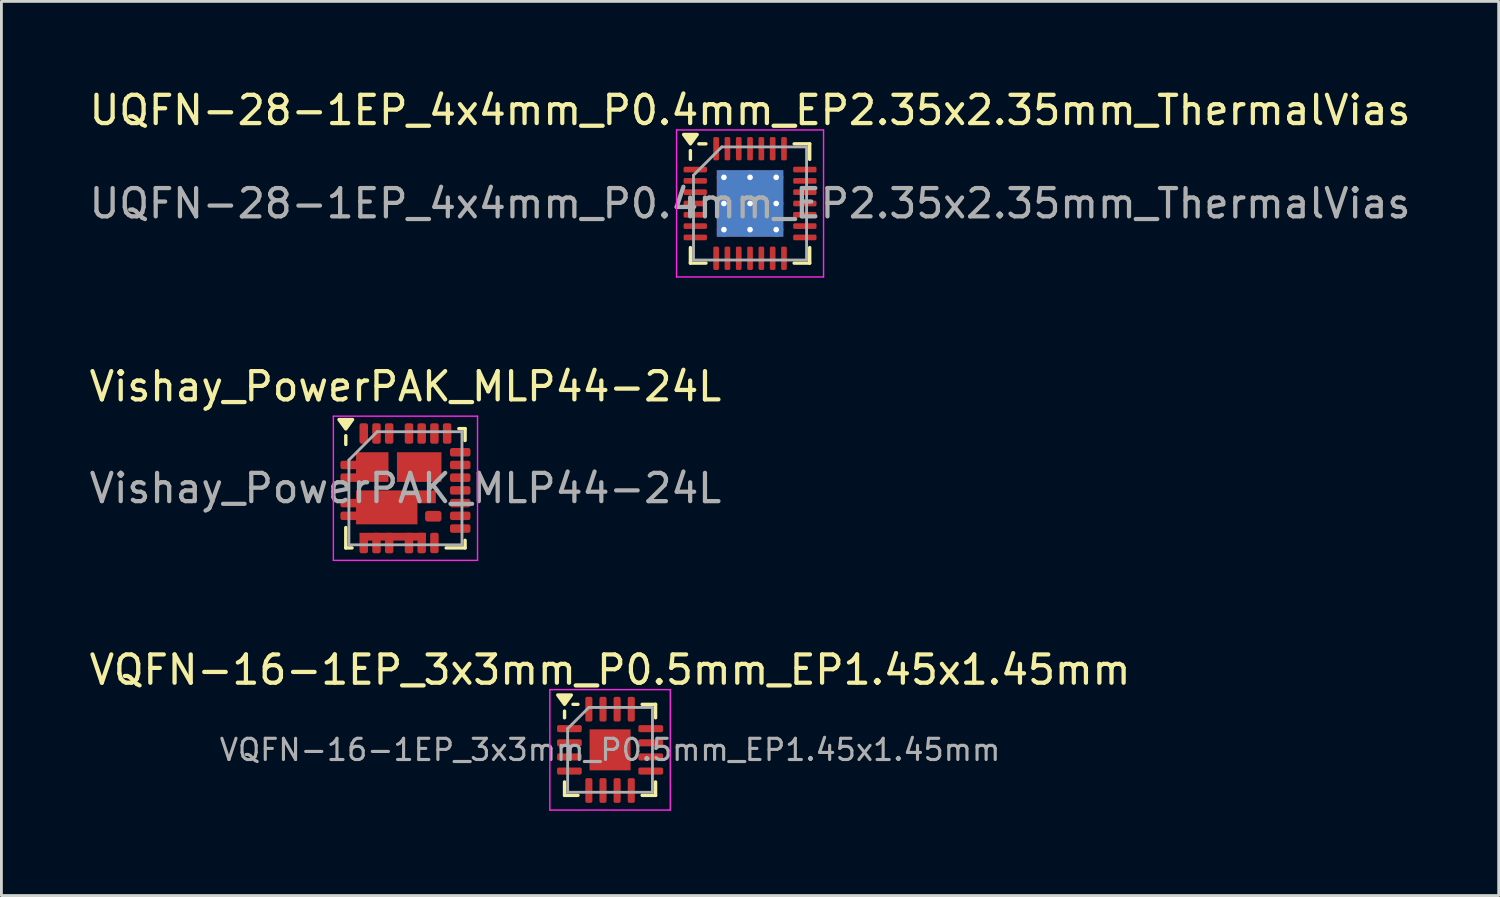
<source format=kicad_pcb>
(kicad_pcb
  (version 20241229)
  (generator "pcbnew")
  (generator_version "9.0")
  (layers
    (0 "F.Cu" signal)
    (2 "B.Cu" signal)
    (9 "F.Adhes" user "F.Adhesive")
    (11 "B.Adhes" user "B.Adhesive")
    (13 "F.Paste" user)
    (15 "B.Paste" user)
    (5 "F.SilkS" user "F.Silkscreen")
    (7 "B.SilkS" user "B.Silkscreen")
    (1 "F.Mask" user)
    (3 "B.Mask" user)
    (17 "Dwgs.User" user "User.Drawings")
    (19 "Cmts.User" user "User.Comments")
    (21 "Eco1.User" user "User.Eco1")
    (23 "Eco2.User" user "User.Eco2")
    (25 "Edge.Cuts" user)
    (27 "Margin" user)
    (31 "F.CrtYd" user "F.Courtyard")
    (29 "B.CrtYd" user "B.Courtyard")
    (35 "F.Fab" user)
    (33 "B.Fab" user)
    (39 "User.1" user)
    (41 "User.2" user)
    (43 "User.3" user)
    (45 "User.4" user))
  (footprint "Vishay_PowerPAK_MLP44-24L"
    (layer "F.Cu")
    (at 11.292 14.222)
    (property "Reference" "Vishay_PowerPAK_MLP44-24L" (at 0 -3.6 0) (layer "F.SilkS") (effects (font (size 1 1) (thickness 0.15))))
    (attr smd)
    (fp_line (start -2.11 -1.55) (end -2.11 -1.86) (stroke (width 0.12) (type solid)) (layer "F.SilkS"))
    (fp_line (start -2.11 2.11) (end -2.11 1.39) (stroke (width 0.12) (type solid)) (layer "F.SilkS"))
    (fp_line (start -1.89 2.11) (end -2.11 2.11) (stroke (width 0.12) (type solid)) (layer "F.SilkS"))
    (fp_line (start 1.44 2.11) (end 2.11 2.11) (stroke (width 0.12) (type solid)) (layer "F.SilkS"))
    (fp_line (start 1.89 -2.11) (end 2.11 -2.11) (stroke (width 0.12) (type solid)) (layer "F.SilkS"))
    (fp_line (start 2.11 -2.11) (end 2.11 -1.69) (stroke (width 0.12) (type solid)) (layer "F.SilkS"))
    (fp_line (start 2.11 2.11) (end 2.11 1.84) (stroke (width 0.12) (type solid)) (layer "F.SilkS"))
    (fp_poly (pts (xy -2.11 -2.1) (xy -2.35 -2.43) (xy -1.87 -2.43) (xy -2.11 -2.1)) (stroke (width 0.12) (type solid)) (fill yes) (layer "F.SilkS"))
    (fp_line (start -2.55 -2.55) (end 2.55 -2.55) (stroke (width 0.05) (type solid)) (layer "F.CrtYd"))
    (fp_line (start -2.55 2.55) (end -2.55 -2.55) (stroke (width 0.05) (type solid)) (layer "F.CrtYd"))
    (fp_line (start 2.55 -2.55) (end 2.55 2.55) (stroke (width 0.05) (type solid)) (layer "F.CrtYd"))
    (fp_line (start 2.55 2.55) (end -2.55 2.55) (stroke (width 0.05) (type solid)) (layer "F.CrtYd"))
    (fp_line (start -2 -1) (end -2 2) (stroke (width 0.1) (type solid)) (layer "F.Fab"))
    (fp_line (start -2 2) (end 2 2) (stroke (width 0.1) (type solid)) (layer "F.Fab"))
    (fp_line (start -1 -2) (end -2 -1) (stroke (width 0.1) (type solid)) (layer "F.Fab"))
    (fp_line (start 2 -2) (end -1 -2) (stroke (width 0.1) (type solid)) (layer "F.Fab"))
    (fp_line (start 2 2) (end 2 -2) (stroke (width 0.1) (type solid)) (layer "F.Fab"))
    (fp_text user "${REFERENCE}" (at 0 0 0) (layer "F.Fab") (effects (font (size 1 1) (thickness 0.15))))
    (pad "1" smd roundrect (at -1.938 -0.825 90) (size 0.3 0.725) (layers "F.Cu" "F.Mask" "F.Paste") (roundrect_rratio 0.25))
    (pad "2" smd roundrect (at -1.938 -0.375 90) (size 0.3 0.725) (layers "F.Cu" "F.Mask" "F.Paste") (roundrect_rratio 0.25))
    (pad "3" smd roundrect (at -1.938 0.525 90) (size 0.3 0.725) (layers "F.Cu" "F.Mask" "F.Paste") (roundrect_rratio 0.25))
    (pad "4" smd roundrect (at -1.938 0.975 90) (size 0.3 0.725) (layers "F.Cu" "F.Mask" "F.Paste") (roundrect_rratio 0.25))
    (pad "5" smd custom (at -1.475 1.938) (size 0.3 0.725) (layers "F.Cu" "F.Mask" "F.Paste") (options (anchor circle)) (primitives (gr_poly (pts (xy -0.15 -0.287) (xy -0.144 -0.316) (xy -0.128 -0.341) (xy -0.104 -0.357) (xy -0.075 -0.362) (xy 0.075 -0.362) (xy 0.104 -0.357) (xy 0.128 -0.341) (xy 0.144 -0.316) (xy 0.15 -0.287) (xy 0.15 0.287) (xy 0.144 0.316) (xy 0.128 0.341) (xy 0.104 0.357) (xy 0.075 0.362) (xy -0.075 0.362) (xy -0.104 0.357) (xy -0.128 0.341) (xy -0.144 0.316) (xy -0.15 0.287)) (width 0) (fill yes)) (gr_poly (pts (xy -0.15 -0.362) (xy 2.2 -0.362) (xy 2.2 -0.087) (xy -0.15 -0.087)) (width 0) (fill yes))))
    (pad "6" smd roundrect (at -1.025 1.938) (size 0.3 0.725) (layers "F.Cu" "F.Mask" "F.Paste") (roundrect_rratio 0.25))
    (pad "7" smd roundrect (at -0.575 1.938) (size 0.3 0.725) (layers "F.Cu" "F.Mask" "F.Paste") (roundrect_rratio 0.25))
    (pad "8" smd roundrect (at 0.125 1.938) (size 0.3 0.725) (layers "F.Cu" "F.Mask" "F.Paste") (roundrect_rratio 0.25))
    (pad "9" smd roundrect (at 0.575 1.938) (size 0.3 0.725) (layers "F.Cu" "F.Mask" "F.Paste") (roundrect_rratio 0.25))
    (pad "10" smd roundrect (at 1.025 1.935) (size 0.3 0.725) (layers "F.Cu" "F.Mask" "F.Paste") (roundrect_rratio 0.25))
    (pad "11" smd roundrect (at 1.938 1.425 90) (size 0.3 0.725) (layers "F.Cu" "F.Mask" "F.Paste") (roundrect_rratio 0.25))
    (pad "12" smd roundrect (at 1.938 0.975 90) (size 0.3 0.725) (layers "F.Cu" "F.Mask" "F.Paste") (roundrect_rratio 0.25))
    (pad "13" smd roundrect (at 1.938 0.525 90) (size 0.3 0.725) (layers "F.Cu" "F.Mask" "F.Paste") (roundrect_rratio 0.25))
    (pad "14" smd roundrect (at 1.938 0.075 90) (size 0.3 0.725) (layers "F.Cu" "F.Mask" "F.Paste") (roundrect_rratio 0.25))
    (pad "15" smd roundrect (at 1.938 -0.375 90) (size 0.3 0.725) (layers "F.Cu" "F.Mask" "F.Paste") (roundrect_rratio 0.25))
    (pad "16" smd roundrect (at 1.938 -0.825 90) (size 0.3 0.725) (layers "F.Cu" "F.Mask" "F.Paste") (roundrect_rratio 0.25))
    (pad "17" smd roundrect (at 1.938 -1.275 90) (size 0.3 0.725) (layers "F.Cu" "F.Mask" "F.Paste") (roundrect_rratio 0.25))
    (pad "18" smd roundrect (at 1.475 -1.938) (size 0.3 0.725) (layers "F.Cu" "F.Mask" "F.Paste") (roundrect_rratio 0.25))
    (pad "19" smd roundrect (at 1.025 -1.938) (size 0.3 0.725) (layers "F.Cu" "F.Mask" "F.Paste") (roundrect_rratio 0.25))
    (pad "20" smd roundrect (at 0.575 -1.938) (size 0.3 0.725) (layers "F.Cu" "F.Mask" "F.Paste") (roundrect_rratio 0.25))
    (pad "21" smd roundrect (at 0.125 -1.938) (size 0.3 0.725) (layers "F.Cu" "F.Mask" "F.Paste") (roundrect_rratio 0.25))
    (pad "22" smd roundrect (at -0.575 -1.938) (size 0.3 0.725) (layers "F.Cu" "F.Mask" "F.Paste") (roundrect_rratio 0.25))
    (pad "23" smd roundrect (at -1.025 -1.938) (size 0.3 0.725) (layers "F.Cu" "F.Mask" "F.Paste") (roundrect_rratio 0.25))
    (pad "24" smd roundrect (at -1.475 -1.938) (size 0.3 0.725) (layers "F.Cu" "F.Mask" "F.Paste") (roundrect_rratio 0.25))
    (pad "25" smd rect (at 0.487 -0.75 180) (size 1.575 1.05) (layers "F.Cu" "F.Mask" "F.Paste"))
    (pad "26" smd rect (at -1.175 -0.75 180) (size 1.15 1.05) (layers "F.Cu" "F.Mask" "F.Paste"))
    (pad "27" smd custom (at -0.75 0.775) (size 1 1) (layers "F.Cu" "F.Mask" "F.Paste") (options (anchor rect)) (primitives (gr_poly (pts (xy -1 0.5) (xy -1 -0.7) (xy 1.825 -0.7) (xy 1.825 -0.245) (xy 1.175 -0.245) (xy 1.175 0.5)) (width 0) (fill yes))))
    (pad "28" smd roundrect (at 0.985 0.99 180) (size 0.58 0.38) (layers "F.Cu" "F.Mask" "F.Paste") (roundrect_rratio 0.25)))
  (footprint "UQFN-28-1EP_4x4mm_P0.4mm_EP2.35x2.35mm_ThermalVias"
    (layer "F.Cu")
    (at 23.482 4.148)
    (property "Reference" "UQFN-28-1EP_4x4mm_P0.4mm_EP2.35x2.35mm_ThermalVias" (at 0 -3.3 0) (layer "F.SilkS") (effects (font (size 1 1) (thickness 0.15))))
    (attr smd)
    (fp_line (start -2.11 -1.56) (end -2.11 -1.87) (stroke (width 0.12) (type solid)) (layer "F.SilkS"))
    (fp_line (start -2.11 2.11) (end -2.11 1.56) (stroke (width 0.12) (type solid)) (layer "F.SilkS"))
    (fp_line (start -1.56 -2.11) (end -1.81 -2.11) (stroke (width 0.12) (type solid)) (layer "F.SilkS"))
    (fp_line (start -1.56 2.11) (end -2.11 2.11) (stroke (width 0.12) (type solid)) (layer "F.SilkS"))
    (fp_line (start 1.56 -2.11) (end 2.11 -2.11) (stroke (width 0.12) (type solid)) (layer "F.SilkS"))
    (fp_line (start 1.56 2.11) (end 2.11 2.11) (stroke (width 0.12) (type solid)) (layer "F.SilkS"))
    (fp_line (start 2.11 -2.11) (end 2.11 -1.56) (stroke (width 0.12) (type solid)) (layer "F.SilkS"))
    (fp_line (start 2.11 2.11) (end 2.11 1.56) (stroke (width 0.12) (type solid)) (layer "F.SilkS"))
    (fp_poly (pts (xy -2.11 -2.11) (xy -2.35 -2.44) (xy -1.87 -2.44) (xy -2.11 -2.11)) (stroke (width 0.12) (type solid)) (fill yes) (layer "F.SilkS"))
    (fp_line (start -2.6 -2.6) (end -2.6 2.6) (stroke (width 0.05) (type solid)) (layer "F.CrtYd"))
    (fp_line (start -2.6 2.6) (end 2.6 2.6) (stroke (width 0.05) (type solid)) (layer "F.CrtYd"))
    (fp_line (start 2.6 -2.6) (end -2.6 -2.6) (stroke (width 0.05) (type solid)) (layer "F.CrtYd"))
    (fp_line (start 2.6 2.6) (end 2.6 -2.6) (stroke (width 0.05) (type solid)) (layer "F.CrtYd"))
    (fp_line (start -2 -1) (end -1 -2) (stroke (width 0.1) (type solid)) (layer "F.Fab"))
    (fp_line (start -2 2) (end -2 -1) (stroke (width 0.1) (type solid)) (layer "F.Fab"))
    (fp_line (start -1 -2) (end 2 -2) (stroke (width 0.1) (type solid)) (layer "F.Fab"))
    (fp_line (start 2 -2) (end 2 2) (stroke (width 0.1) (type solid)) (layer "F.Fab"))
    (fp_line (start 2 2) (end -2 2) (stroke (width 0.1) (type solid)) (layer "F.Fab"))
    (fp_text user "${REFERENCE}" (at 0 0 0) (layer "F.Fab") (effects (font (size 1 1) (thickness 0.15))))
    (pad "" smd roundrect (at -0.59 -0.59) (size 0.98 0.98) (layers "F.Paste") (roundrect_rratio 0.25))
    (pad "" smd roundrect (at -0.59 0.59) (size 0.98 0.98) (layers "F.Paste") (roundrect_rratio 0.25))
    (pad "" smd roundrect (at 0.59 -0.59) (size 0.98 0.98) (layers "F.Paste") (roundrect_rratio 0.25))
    (pad "" smd roundrect (at 0.59 0.59) (size 0.98 0.98) (layers "F.Paste") (roundrect_rratio 0.25))
    (pad "1" smd roundrect (at -1.938 -1.2) (size 0.825 0.2) (layers "F.Cu" "F.Mask" "F.Paste") (roundrect_rratio 0.25))
    (pad "2" smd roundrect (at -1.938 -0.8) (size 0.825 0.2) (layers "F.Cu" "F.Mask" "F.Paste") (roundrect_rratio 0.25))
    (pad "3" smd roundrect (at -1.938 -0.4) (size 0.825 0.2) (layers "F.Cu" "F.Mask" "F.Paste") (roundrect_rratio 0.25))
    (pad "4" smd roundrect (at -1.938 0) (size 0.825 0.2) (layers "F.Cu" "F.Mask" "F.Paste") (roundrect_rratio 0.25))
    (pad "5" smd roundrect (at -1.938 0.4) (size 0.825 0.2) (layers "F.Cu" "F.Mask" "F.Paste") (roundrect_rratio 0.25))
    (pad "6" smd roundrect (at -1.938 0.8) (size 0.825 0.2) (layers "F.Cu" "F.Mask" "F.Paste") (roundrect_rratio 0.25))
    (pad "7" smd roundrect (at -1.938 1.2) (size 0.825 0.2) (layers "F.Cu" "F.Mask" "F.Paste") (roundrect_rratio 0.25))
    (pad "8" smd roundrect (at -1.2 1.938) (size 0.2 0.825) (layers "F.Cu" "F.Mask" "F.Paste") (roundrect_rratio 0.25))
    (pad "9" smd roundrect (at -0.8 1.938) (size 0.2 0.825) (layers "F.Cu" "F.Mask" "F.Paste") (roundrect_rratio 0.25))
    (pad "10" smd roundrect (at -0.4 1.938) (size 0.2 0.825) (layers "F.Cu" "F.Mask" "F.Paste") (roundrect_rratio 0.25))
    (pad "11" smd roundrect (at 0 1.938) (size 0.2 0.825) (layers "F.Cu" "F.Mask" "F.Paste") (roundrect_rratio 0.25))
    (pad "12" smd roundrect (at 0.4 1.938) (size 0.2 0.825) (layers "F.Cu" "F.Mask" "F.Paste") (roundrect_rratio 0.25))
    (pad "13" smd roundrect (at 0.8 1.938) (size 0.2 0.825) (layers "F.Cu" "F.Mask" "F.Paste") (roundrect_rratio 0.25))
    (pad "14" smd roundrect (at 1.2 1.938) (size 0.2 0.825) (layers "F.Cu" "F.Mask" "F.Paste") (roundrect_rratio 0.25))
    (pad "15" smd roundrect (at 1.938 1.2) (size 0.825 0.2) (layers "F.Cu" "F.Mask" "F.Paste") (roundrect_rratio 0.25))
    (pad "16" smd roundrect (at 1.938 0.8) (size 0.825 0.2) (layers "F.Cu" "F.Mask" "F.Paste") (roundrect_rratio 0.25))
    (pad "17" smd roundrect (at 1.938 0.4) (size 0.825 0.2) (layers "F.Cu" "F.Mask" "F.Paste") (roundrect_rratio 0.25))
    (pad "18" smd roundrect (at 1.938 0) (size 0.825 0.2) (layers "F.Cu" "F.Mask" "F.Paste") (roundrect_rratio 0.25))
    (pad "19" smd roundrect (at 1.938 -0.4) (size 0.825 0.2) (layers "F.Cu" "F.Mask" "F.Paste") (roundrect_rratio 0.25))
    (pad "20" smd roundrect (at 1.938 -0.8) (size 0.825 0.2) (layers "F.Cu" "F.Mask" "F.Paste") (roundrect_rratio 0.25))
    (pad "21" smd roundrect (at 1.938 -1.2) (size 0.825 0.2) (layers "F.Cu" "F.Mask" "F.Paste") (roundrect_rratio 0.25))
    (pad "22" smd roundrect (at 1.2 -1.938) (size 0.2 0.825) (layers "F.Cu" "F.Mask" "F.Paste") (roundrect_rratio 0.25))
    (pad "23" smd roundrect (at 0.8 -1.938) (size 0.2 0.825) (layers "F.Cu" "F.Mask" "F.Paste") (roundrect_rratio 0.25))
    (pad "24" smd roundrect (at 0.4 -1.938) (size 0.2 0.825) (layers "F.Cu" "F.Mask" "F.Paste") (roundrect_rratio 0.25))
    (pad "25" smd roundrect (at 0 -1.938) (size 0.2 0.825) (layers "F.Cu" "F.Mask" "F.Paste") (roundrect_rratio 0.25))
    (pad "26" smd roundrect (at -0.4 -1.938) (size 0.2 0.825) (layers "F.Cu" "F.Mask" "F.Paste") (roundrect_rratio 0.25))
    (pad "27" smd roundrect (at -0.8 -1.938) (size 0.2 0.825) (layers "F.Cu" "F.Mask" "F.Paste") (roundrect_rratio 0.25))
    (pad "28" smd roundrect (at -1.2 -1.938) (size 0.2 0.825) (layers "F.Cu" "F.Mask" "F.Paste") (roundrect_rratio 0.25))
    (pad "29" thru_hole circle (at -0.925 -0.925) (size 0.5 0.5) (drill 0.2) (property pad_prop_heatsink) (layers "*.Cu"))
    (pad "29" thru_hole circle (at -0.925 0) (size 0.5 0.5) (drill 0.2) (property pad_prop_heatsink) (layers "*.Cu"))
    (pad "29" thru_hole circle (at -0.925 0.925) (size 0.5 0.5) (drill 0.2) (property pad_prop_heatsink) (layers "*.Cu"))
    (pad "29" thru_hole circle (at 0 -0.925) (size 0.5 0.5) (drill 0.2) (property pad_prop_heatsink) (layers "*.Cu"))
    (pad "29" thru_hole circle (at 0 0) (size 0.5 0.5) (drill 0.2) (property pad_prop_heatsink) (layers "*.Cu"))
    (pad "29" smd rect (at 0 0) (size 2.35 2.35) (property pad_prop_heatsink) (layers "F.Cu" "F.Mask"))
    (pad "29" smd rect (at 0 0) (size 2.35 2.35) (property pad_prop_heatsink) (layers "B.Cu"))
    (pad "29" thru_hole circle (at 0 0.925) (size 0.5 0.5) (drill 0.2) (property pad_prop_heatsink) (layers "*.Cu"))
    (pad "29" thru_hole circle (at 0.925 -0.925) (size 0.5 0.5) (drill 0.2) (property pad_prop_heatsink) (layers "*.Cu"))
    (pad "29" thru_hole circle (at 0.925 0) (size 0.5 0.5) (drill 0.2) (property pad_prop_heatsink) (layers "*.Cu"))
    (pad "29" thru_hole circle (at 0.925 0.925) (size 0.5 0.5) (drill 0.2) (property pad_prop_heatsink) (layers "*.Cu")))
  (footprint "VQFN-16-1EP_3x3mm_P0.5mm_EP1.45x1.45mm"
    (layer "F.Cu")
    (at 18.53 23.475)
    (property "Reference" "VQFN-16-1EP_3x3mm_P0.5mm_EP1.45x1.45mm" (at 0 -2.83 0) (layer "F.SilkS") (effects (font (size 1 1) (thickness 0.15))))
    (attr smd)
    (fp_line (start -1.61 -1.135) (end -1.61 -1.37) (stroke (width 0.12) (type solid)) (layer "F.SilkS"))
    (fp_line (start -1.61 1.61) (end -1.61 1.135) (stroke (width 0.12) (type solid)) (layer "F.SilkS"))
    (fp_line (start -1.135 -1.61) (end -1.31 -1.61) (stroke (width 0.12) (type solid)) (layer "F.SilkS"))
    (fp_line (start -1.135 1.61) (end -1.61 1.61) (stroke (width 0.12) (type solid)) (layer "F.SilkS"))
    (fp_line (start 1.135 -1.61) (end 1.61 -1.61) (stroke (width 0.12) (type solid)) (layer "F.SilkS"))
    (fp_line (start 1.135 1.61) (end 1.61 1.61) (stroke (width 0.12) (type solid)) (layer "F.SilkS"))
    (fp_line (start 1.61 -1.61) (end 1.61 -1.135) (stroke (width 0.12) (type solid)) (layer "F.SilkS"))
    (fp_line (start 1.61 1.61) (end 1.61 1.135) (stroke (width 0.12) (type solid)) (layer "F.SilkS"))
    (fp_poly (pts (xy -1.61 -1.61) (xy -1.85 -1.94) (xy -1.37 -1.94) (xy -1.61 -1.61)) (stroke (width 0.12) (type solid)) (fill yes) (layer "F.SilkS"))
    (fp_line (start -2.13 -2.13) (end -2.13 2.13) (stroke (width 0.05) (type solid)) (layer "F.CrtYd"))
    (fp_line (start -2.13 2.13) (end 2.13 2.13) (stroke (width 0.05) (type solid)) (layer "F.CrtYd"))
    (fp_line (start 2.13 -2.13) (end -2.13 -2.13) (stroke (width 0.05) (type solid)) (layer "F.CrtYd"))
    (fp_line (start 2.13 2.13) (end 2.13 -2.13) (stroke (width 0.05) (type solid)) (layer "F.CrtYd"))
    (fp_line (start -1.5 -0.75) (end -0.75 -1.5) (stroke (width 0.1) (type solid)) (layer "F.Fab"))
    (fp_line (start -1.5 1.5) (end -1.5 -0.75) (stroke (width 0.1) (type solid)) (layer "F.Fab"))
    (fp_line (start -0.75 -1.5) (end 1.5 -1.5) (stroke (width 0.1) (type solid)) (layer "F.Fab"))
    (fp_line (start 1.5 -1.5) (end 1.5 1.5) (stroke (width 0.1) (type solid)) (layer "F.Fab"))
    (fp_line (start 1.5 1.5) (end -1.5 1.5) (stroke (width 0.1) (type solid)) (layer "F.Fab"))
    (fp_text user "${REFERENCE}" (at 0 0 0) (layer "F.Fab") (effects (font (size 0.75 0.75) (thickness 0.11))))
    (pad "" smd roundrect (at -0.36 -0.36) (size 0.58 0.58) (layers "F.Paste") (roundrect_rratio 0.25))
    (pad "" smd roundrect (at -0.36 0.36) (size 0.58 0.58) (layers "F.Paste") (roundrect_rratio 0.25))
    (pad "" smd roundrect (at 0.36 -0.36) (size 0.58 0.58) (layers "F.Paste") (roundrect_rratio 0.25))
    (pad "" smd roundrect (at 0.36 0.36) (size 0.58 0.58) (layers "F.Paste") (roundrect_rratio 0.25))
    (pad "1" smd roundrect (at -1.438 -0.75) (size 0.875 0.25) (layers "F.Cu" "F.Mask" "F.Paste") (roundrect_rratio 0.25))
    (pad "2" smd roundrect (at -1.438 -0.25) (size 0.875 0.25) (layers "F.Cu" "F.Mask" "F.Paste") (roundrect_rratio 0.25))
    (pad "3" smd roundrect (at -1.438 0.25) (size 0.875 0.25) (layers "F.Cu" "F.Mask" "F.Paste") (roundrect_rratio 0.25))
    (pad "4" smd roundrect (at -1.438 0.75) (size 0.875 0.25) (layers "F.Cu" "F.Mask" "F.Paste") (roundrect_rratio 0.25))
    (pad "5" smd roundrect (at -0.75 1.438) (size 0.25 0.875) (layers "F.Cu" "F.Mask" "F.Paste") (roundrect_rratio 0.25))
    (pad "6" smd roundrect (at -0.25 1.438) (size 0.25 0.875) (layers "F.Cu" "F.Mask" "F.Paste") (roundrect_rratio 0.25))
    (pad "7" smd roundrect (at 0.25 1.438) (size 0.25 0.875) (layers "F.Cu" "F.Mask" "F.Paste") (roundrect_rratio 0.25))
    (pad "8" smd roundrect (at 0.75 1.438) (size 0.25 0.875) (layers "F.Cu" "F.Mask" "F.Paste") (roundrect_rratio 0.25))
    (pad "9" smd roundrect (at 1.438 0.75) (size 0.875 0.25) (layers "F.Cu" "F.Mask" "F.Paste") (roundrect_rratio 0.25))
    (pad "10" smd roundrect (at 1.438 0.25) (size 0.875 0.25) (layers "F.Cu" "F.Mask" "F.Paste") (roundrect_rratio 0.25))
    (pad "11" smd roundrect (at 1.438 -0.25) (size 0.875 0.25) (layers "F.Cu" "F.Mask" "F.Paste") (roundrect_rratio 0.25))
    (pad "12" smd roundrect (at 1.438 -0.75) (size 0.875 0.25) (layers "F.Cu" "F.Mask" "F.Paste") (roundrect_rratio 0.25))
    (pad "13" smd roundrect (at 0.75 -1.438) (size 0.25 0.875) (layers "F.Cu" "F.Mask" "F.Paste") (roundrect_rratio 0.25))
    (pad "14" smd roundrect (at 0.25 -1.438) (size 0.25 0.875) (layers "F.Cu" "F.Mask" "F.Paste") (roundrect_rratio 0.25))
    (pad "15" smd roundrect (at -0.25 -1.438) (size 0.25 0.875) (layers "F.Cu" "F.Mask" "F.Paste") (roundrect_rratio 0.25))
    (pad "16" smd roundrect (at -0.75 -1.438) (size 0.25 0.875) (layers "F.Cu" "F.Mask" "F.Paste") (roundrect_rratio 0.25))
    (pad "17" smd rect (at 0 0) (size 1.45 1.45) (property pad_prop_heatsink) (layers "F.Cu" "F.Mask")))
  (gr_rect
    (start -3 -3)
    (end 49.964 28.63)
    (stroke (width 0.1) (type default))
    (fill no)
    (layer "Edge.Cuts")))
</source>
